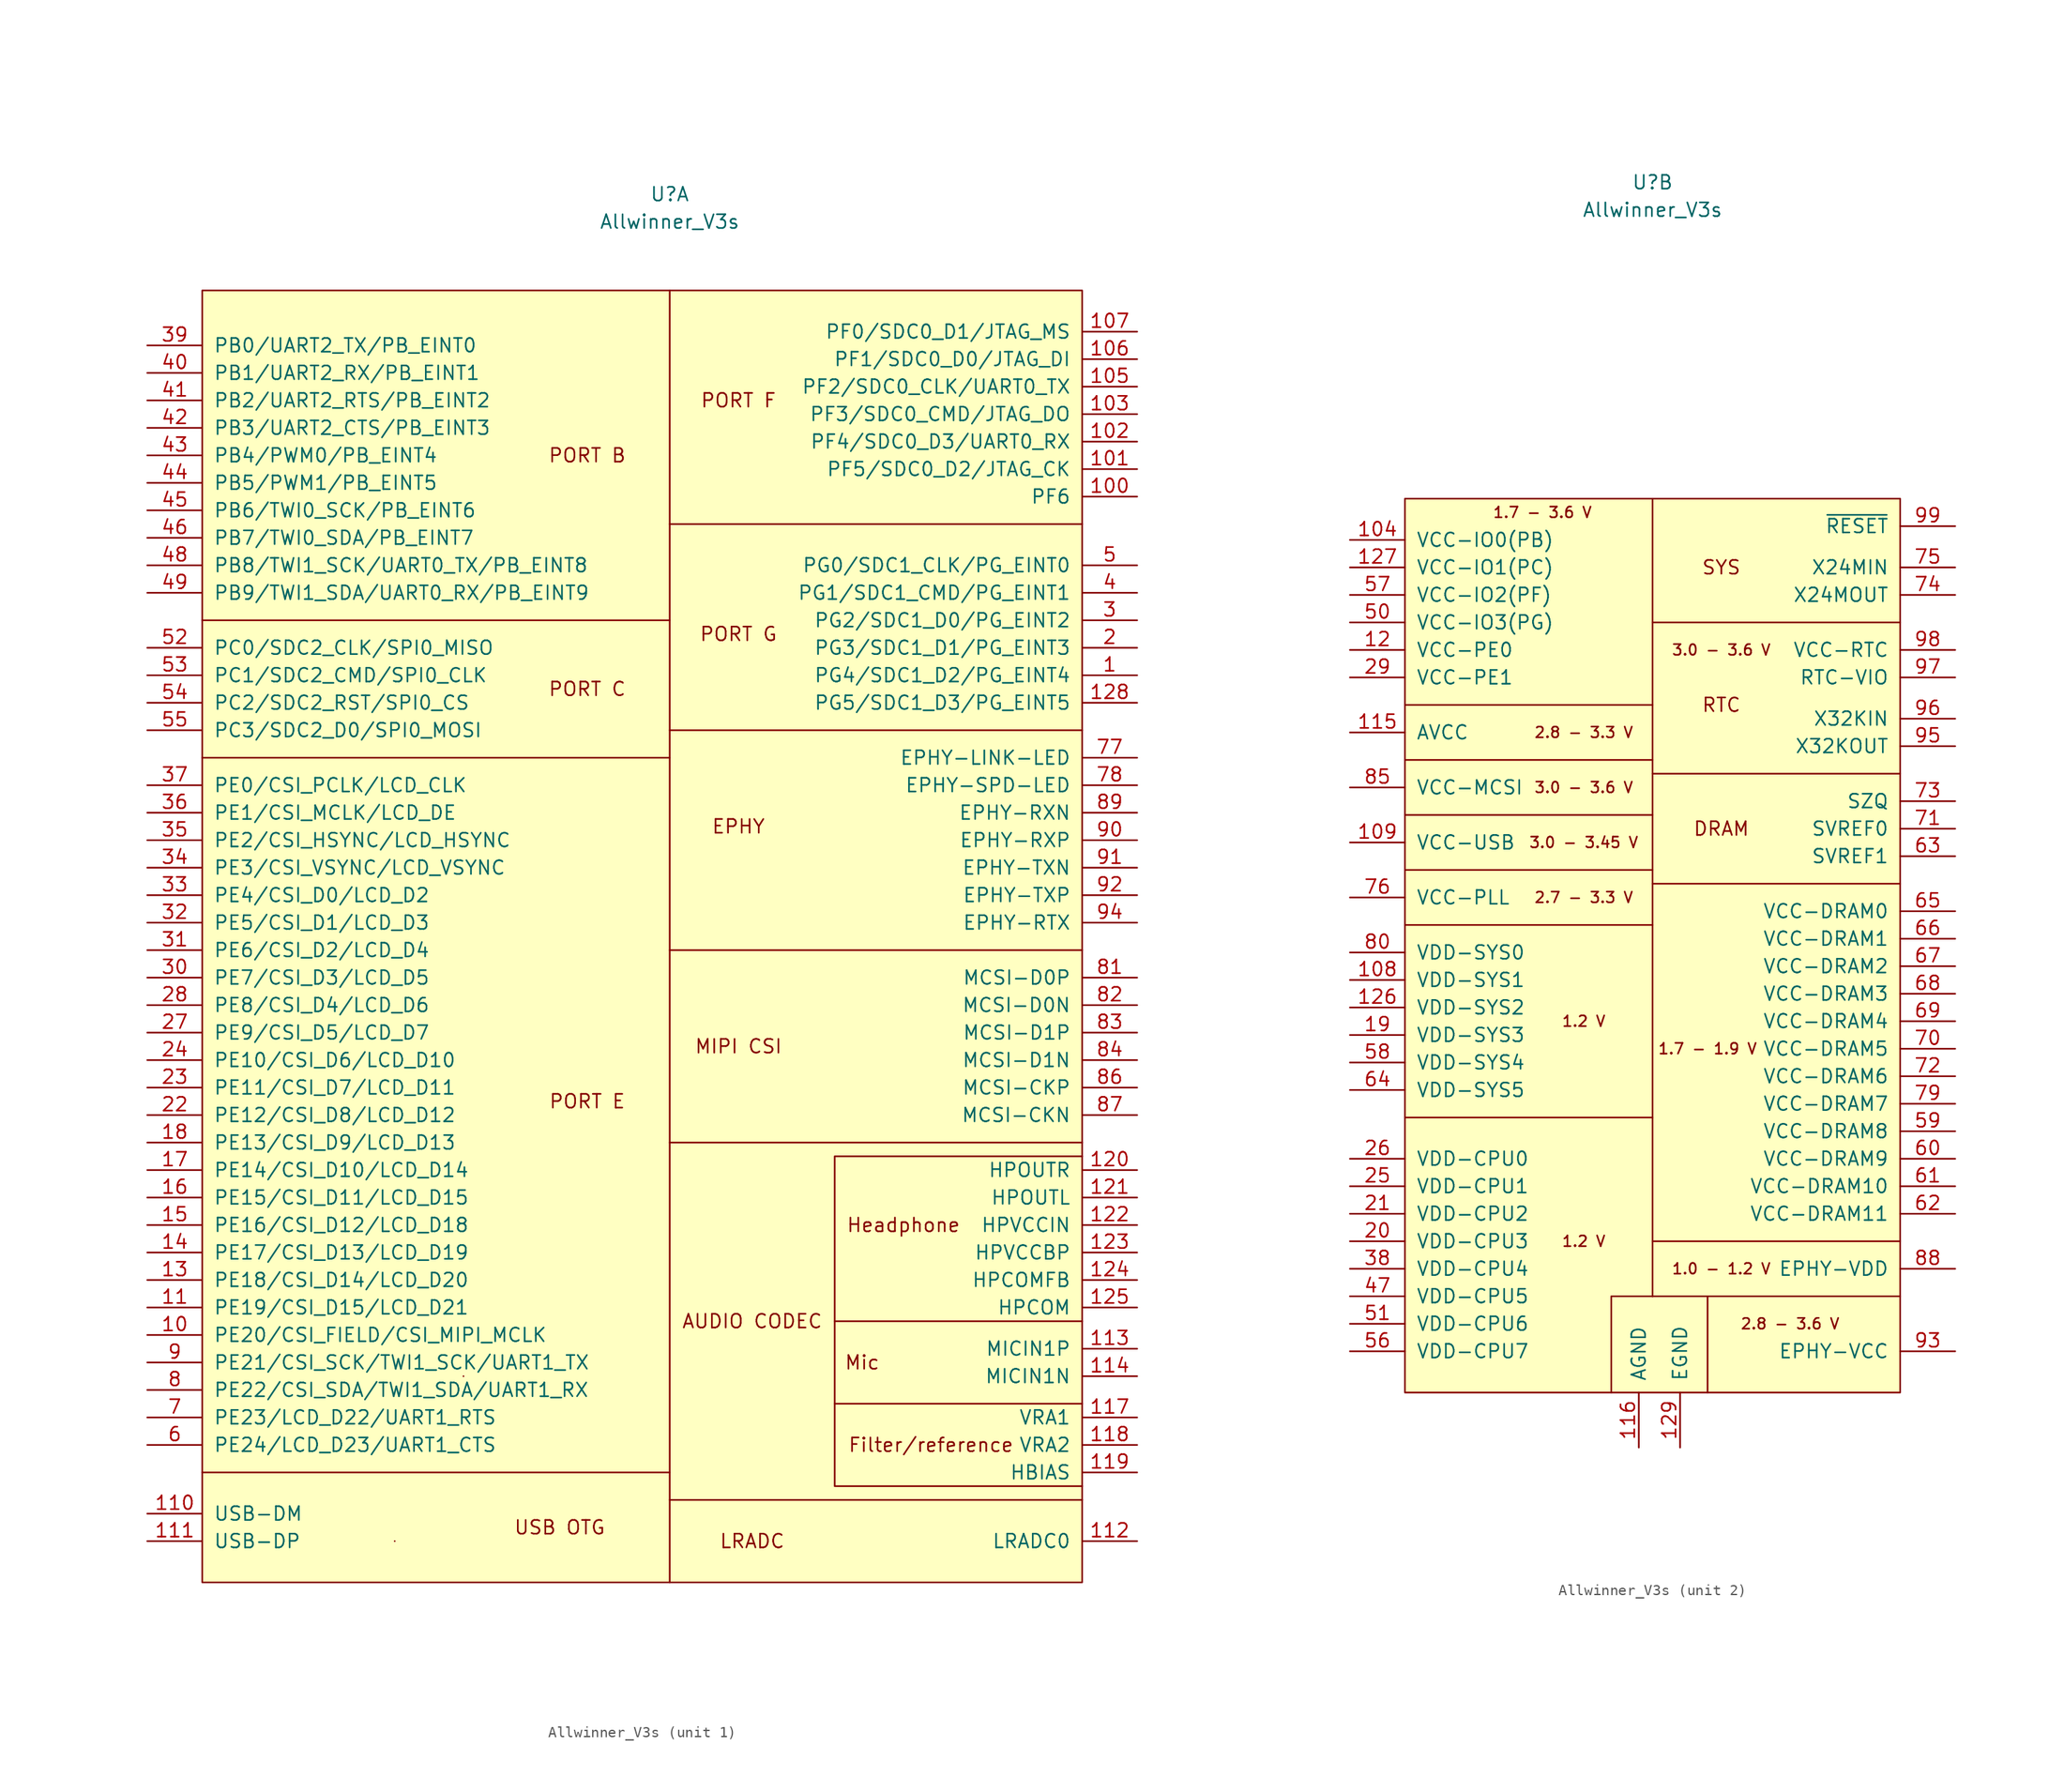
<source format=kicad_sym>
(kicad_symbol_lib
  (version 20241209)
  (generator "kicad_symbol_editor")
  (generator_version "9.0")
  (symbol "Allwinner_V3s"
    (pin_names
      (offset 1.016))
    (property "Reference" "U"
      (at 0 69.85 0)
      (effects (font (size 1.27 1.27))))
    (property "Value" "Allwinner_V3s"
      (at 0 67.31 0)
      (effects (font (size 1.27 1.27))))
    (property "ki_locked" ""
      (at 0 0 0)
      (effects (font (size 1.27 1.27))))
    (symbol "Allwinner_V3s_1_0"
      (polyline (pts (xy 38.1 -19.05) (xy 15.24 -19.05) (xy 15.24 -49.53) (xy 38.1 -49.53)) (stroke (width 0) (type solid)) (fill (type none)))
      (polyline (pts (xy 38.1 -34.29) (xy 15.24 -34.29)) (stroke (width 0) (type solid)) (fill (type none)))
      (polyline (pts (xy 38.1 -41.91) (xy 15.24 -41.91)) (stroke (width 0) (type solid)) (fill (type none))))
    (symbol "Allwinner_V3s_1_1"
      (rectangle (start -43.18 60.96) (end 38.1 -58.42) (stroke (width 0) (type solid)) (fill (type background)))
      (polyline (pts (xy -43.18 30.48) (xy 0 30.48)) (stroke (width 0) (type solid)) (fill (type none)))
      (polyline (pts (xy -43.18 17.78) (xy 0 17.78)) (stroke (width 0) (type solid)) (fill (type none)))
      (polyline (pts (xy -43.18 -48.26) (xy 0 -48.26)) (stroke (width 0) (type solid)) (fill (type none)))
      (rectangle (start -25.4 -54.61) (end -25.4 -54.61) (stroke (width 0) (type solid)) (fill (type none)))
      (rectangle (start -19.05 -39.37) (end -19.05 -39.37) (stroke (width 0) (type solid)) (fill (type none)))
      (polyline (pts (xy 0 -50.8) (xy 38.1 -50.8)) (stroke (width 0) (type solid)) (fill (type none)))
      (polyline (pts (xy 0 -58.42) (xy 0 60.96)) (stroke (width 0) (type solid)) (fill (type none)))
      (polyline (pts (xy 38.1 39.37) (xy 0 39.37)) (stroke (width 0) (type solid)) (fill (type none)))
      (polyline (pts (xy 38.1 20.32) (xy 0 20.32)) (stroke (width 0) (type solid)) (fill (type none)))
      (polyline (pts (xy 38.1 0) (xy 0 0)) (stroke (width 0) (type solid)) (fill (type none)))
      (polyline (pts (xy 38.1 -17.78) (xy 0 -17.78)) (stroke (width 0) (type solid)) (fill (type none)))
      (text "USB OTG" (at -10.16 -53.34 0) (effects (font (size 1.27 1.27))))
      (text "PORT B" (at -7.62 45.72 0) (effects (font (size 1.27 1.27))))
      (text "PORT C" (at -7.62 24.13 0) (effects (font (size 1.27 1.27))))
      (text "PORT E" (at -7.62 -13.97 0) (effects (font (size 1.27 1.27))))
      (text "PORT F" (at 6.35 50.8 0) (effects (font (size 1.27 1.27))))
      (text "PORT G" (at 6.35 29.21 0) (effects (font (size 1.27 1.27))))
      (text "EPHY" (at 6.35 11.43 0) (effects (font (size 1.27 1.27))))
      (text "MIPI CSI" (at 6.35 -8.89 0) (effects (font (size 1.27 1.27))))
      (text "AUDIO CODEC" (at 7.62 -34.29 0) (effects (font (size 1.27 1.27))))
      (text "LRADC" (at 7.62 -54.61 0) (effects (font (size 1.27 1.27))))
      (text "Mic" (at 17.78 -38.1 0) (effects (font (size 1.27 1.27))))
      (text "Headphone" (at 21.59 -25.4 0) (effects (font (size 1.27 1.27))))
      (text "Filter/reference" (at 24.13 -45.72 0) (effects (font (size 1.27 1.27))))
      (pin bidirectional line (at -48.26 55.88 0) (length 5.08) (name "PB0/UART2_TX/PB_EINT0" (effects (font (size 1.27 1.27)))) (number "39" (effects (font (size 1.27 1.27)))))
      (pin bidirectional line (at -48.26 53.34 0) (length 5.08) (name "PB1/UART2_RX/PB_EINT1" (effects (font (size 1.27 1.27)))) (number "40" (effects (font (size 1.27 1.27)))))
      (pin bidirectional line (at -48.26 50.8 0) (length 5.08) (name "PB2/UART2_RTS/PB_EINT2" (effects (font (size 1.27 1.27)))) (number "41" (effects (font (size 1.27 1.27)))))
      (pin bidirectional line (at -48.26 48.26 0) (length 5.08) (name "PB3/UART2_CTS/PB_EINT3" (effects (font (size 1.27 1.27)))) (number "42" (effects (font (size 1.27 1.27)))))
      (pin bidirectional line (at -48.26 45.72 0) (length 5.08) (name "PB4/PWM0/PB_EINT4" (effects (font (size 1.27 1.27)))) (number "43" (effects (font (size 1.27 1.27)))))
      (pin bidirectional line (at -48.26 43.18 0) (length 5.08) (name "PB5/PWM1/PB_EINT5" (effects (font (size 1.27 1.27)))) (number "44" (effects (font (size 1.27 1.27)))))
      (pin bidirectional line (at -48.26 40.64 0) (length 5.08) (name "PB6/TWI0_SCK/PB_EINT6" (effects (font (size 1.27 1.27)))) (number "45" (effects (font (size 1.27 1.27)))))
      (pin bidirectional line (at -48.26 38.1 0) (length 5.08) (name "PB7/TWI0_SDA/PB_EINT7" (effects (font (size 1.27 1.27)))) (number "46" (effects (font (size 1.27 1.27)))))
      (pin bidirectional line (at -48.26 35.56 0) (length 5.08) (name "PB8/TWI1_SCK/UART0_TX/PB_EINT8" (effects (font (size 1.27 1.27)))) (number "48" (effects (font (size 1.27 1.27)))))
      (pin bidirectional line (at -48.26 33.02 0) (length 5.08) (name "PB9/TWI1_SDA/UART0_RX/PB_EINT9" (effects (font (size 1.27 1.27)))) (number "49" (effects (font (size 1.27 1.27)))))
      (pin bidirectional line (at -48.26 27.94 0) (length 5.08) (name "PC0/SDC2_CLK/SPI0_MISO" (effects (font (size 1.27 1.27)))) (number "52" (effects (font (size 1.27 1.27)))))
      (pin bidirectional line (at -48.26 25.4 0) (length 5.08) (name "PC1/SDC2_CMD/SPI0_CLK" (effects (font (size 1.27 1.27)))) (number "53" (effects (font (size 1.27 1.27)))))
      (pin bidirectional line (at -48.26 22.86 0) (length 5.08) (name "PC2/SDC2_RST/SPI0_CS" (effects (font (size 1.27 1.27)))) (number "54" (effects (font (size 1.27 1.27)))))
      (pin bidirectional line (at -48.26 20.32 0) (length 5.08) (name "PC3/SDC2_D0/SPI0_MOSI" (effects (font (size 1.27 1.27)))) (number "55" (effects (font (size 1.27 1.27)))))
      (pin bidirectional line (at -48.26 15.24 0) (length 5.08) (name "PE0/CSI_PCLK/LCD_CLK" (effects (font (size 1.27 1.27)))) (number "37" (effects (font (size 1.27 1.27)))))
      (pin bidirectional line (at -48.26 12.7 0) (length 5.08) (name "PE1/CSI_MCLK/LCD_DE" (effects (font (size 1.27 1.27)))) (number "36" (effects (font (size 1.27 1.27)))))
      (pin bidirectional line (at -48.26 10.16 0) (length 5.08) (name "PE2/CSI_HSYNC/LCD_HSYNC" (effects (font (size 1.27 1.27)))) (number "35" (effects (font (size 1.27 1.27)))))
      (pin bidirectional line (at -48.26 7.62 0) (length 5.08) (name "PE3/CSI_VSYNC/LCD_VSYNC" (effects (font (size 1.27 1.27)))) (number "34" (effects (font (size 1.27 1.27)))))
      (pin bidirectional line (at -48.26 5.08 0) (length 5.08) (name "PE4/CSI_D0/LCD_D2" (effects (font (size 1.27 1.27)))) (number "33" (effects (font (size 1.27 1.27)))))
      (pin bidirectional line (at -48.26 2.54 0) (length 5.08) (name "PE5/CSI_D1/LCD_D3" (effects (font (size 1.27 1.27)))) (number "32" (effects (font (size 1.27 1.27)))))
      (pin bidirectional line (at -48.26 0 0) (length 5.08) (name "PE6/CSI_D2/LCD_D4" (effects (font (size 1.27 1.27)))) (number "31" (effects (font (size 1.27 1.27)))))
      (pin bidirectional line (at -48.26 -2.54 0) (length 5.08) (name "PE7/CSI_D3/LCD_D5" (effects (font (size 1.27 1.27)))) (number "30" (effects (font (size 1.27 1.27)))))
      (pin bidirectional line (at -48.26 -5.08 0) (length 5.08) (name "PE8/CSI_D4/LCD_D6" (effects (font (size 1.27 1.27)))) (number "28" (effects (font (size 1.27 1.27)))))
      (pin bidirectional line (at -48.26 -7.62 0) (length 5.08) (name "PE9/CSI_D5/LCD_D7" (effects (font (size 1.27 1.27)))) (number "27" (effects (font (size 1.27 1.27)))))
      (pin bidirectional line (at -48.26 -10.16 0) (length 5.08) (name "PE10/CSI_D6/LCD_D10" (effects (font (size 1.27 1.27)))) (number "24" (effects (font (size 1.27 1.27)))))
      (pin bidirectional line (at -48.26 -12.7 0) (length 5.08) (name "PE11/CSI_D7/LCD_D11" (effects (font (size 1.27 1.27)))) (number "23" (effects (font (size 1.27 1.27)))))
      (pin bidirectional line (at -48.26 -15.24 0) (length 5.08) (name "PE12/CSI_D8/LCD_D12" (effects (font (size 1.27 1.27)))) (number "22" (effects (font (size 1.27 1.27)))))
      (pin bidirectional line (at -48.26 -17.78 0) (length 5.08) (name "PE13/CSI_D9/LCD_D13" (effects (font (size 1.27 1.27)))) (number "18" (effects (font (size 1.27 1.27)))))
      (pin bidirectional line (at -48.26 -20.32 0) (length 5.08) (name "PE14/CSI_D10/LCD_D14" (effects (font (size 1.27 1.27)))) (number "17" (effects (font (size 1.27 1.27)))))
      (pin bidirectional line (at -48.26 -22.86 0) (length 5.08) (name "PE15/CSI_D11/LCD_D15" (effects (font (size 1.27 1.27)))) (number "16" (effects (font (size 1.27 1.27)))))
      (pin bidirectional line (at -48.26 -25.4 0) (length 5.08) (name "PE16/CSI_D12/LCD_D18" (effects (font (size 1.27 1.27)))) (number "15" (effects (font (size 1.27 1.27)))))
      (pin bidirectional line (at -48.26 -27.94 0) (length 5.08) (name "PE17/CSI_D13/LCD_D19" (effects (font (size 1.27 1.27)))) (number "14" (effects (font (size 1.27 1.27)))))
      (pin bidirectional line (at -48.26 -30.48 0) (length 5.08) (name "PE18/CSI_D14/LCD_D20" (effects (font (size 1.27 1.27)))) (number "13" (effects (font (size 1.27 1.27)))))
      (pin bidirectional line (at -48.26 -33.02 0) (length 5.08) (name "PE19/CSI_D15/LCD_D21" (effects (font (size 1.27 1.27)))) (number "11" (effects (font (size 1.27 1.27)))))
      (pin bidirectional line (at -48.26 -35.56 0) (length 5.08) (name "PE20/CSI_FIELD/CSI_MIPI_MCLK" (effects (font (size 1.27 1.27)))) (number "10" (effects (font (size 1.27 1.27)))))
      (pin bidirectional line (at -48.26 -38.1 0) (length 5.08) (name "PE21/CSI_SCK/TWI1_SCK/UART1_TX" (effects (font (size 1.27 1.27)))) (number "9" (effects (font (size 1.27 1.27)))))
      (pin bidirectional line (at -48.26 -40.64 0) (length 5.08) (name "PE22/CSI_SDA/TWI1_SDA/UART1_RX" (effects (font (size 1.27 1.27)))) (number "8" (effects (font (size 1.27 1.27)))))
      (pin bidirectional line (at -48.26 -43.18 0) (length 5.08) (name "PE23/LCD_D22/UART1_RTS" (effects (font (size 1.27 1.27)))) (number "7" (effects (font (size 1.27 1.27)))))
      (pin bidirectional line (at -48.26 -45.72 0) (length 5.08) (name "PE24/LCD_D23/UART1_CTS" (effects (font (size 1.27 1.27)))) (number "6" (effects (font (size 1.27 1.27)))))
      (pin bidirectional line (at -48.26 -52.07 0) (length 5.08) (name "USB-DM" (effects (font (size 1.27 1.27)))) (number "110" (effects (font (size 1.27 1.27)))))
      (pin bidirectional line (at -48.26 -54.61 0) (length 5.08) (name "USB-DP" (effects (font (size 1.27 1.27)))) (number "111" (effects (font (size 1.27 1.27)))))
      (pin bidirectional line (at 43.18 57.15 180) (length 5.08) (name "PF0/SDC0_D1/JTAG_MS" (effects (font (size 1.27 1.27)))) (number "107" (effects (font (size 1.27 1.27)))))
      (pin bidirectional line (at 43.18 54.61 180) (length 5.08) (name "PF1/SDC0_D0/JTAG_DI" (effects (font (size 1.27 1.27)))) (number "106" (effects (font (size 1.27 1.27)))))
      (pin bidirectional line (at 43.18 52.07 180) (length 5.08) (name "PF2/SDC0_CLK/UART0_TX" (effects (font (size 1.27 1.27)))) (number "105" (effects (font (size 1.27 1.27)))))
      (pin bidirectional line (at 43.18 49.53 180) (length 5.08) (name "PF3/SDC0_CMD/JTAG_DO" (effects (font (size 1.27 1.27)))) (number "103" (effects (font (size 1.27 1.27)))))
      (pin bidirectional line (at 43.18 46.99 180) (length 5.08) (name "PF4/SDC0_D3/UART0_RX" (effects (font (size 1.27 1.27)))) (number "102" (effects (font (size 1.27 1.27)))))
      (pin bidirectional line (at 43.18 44.45 180) (length 5.08) (name "PF5/SDC0_D2/JTAG_CK" (effects (font (size 1.27 1.27)))) (number "101" (effects (font (size 1.27 1.27)))))
      (pin bidirectional line (at 43.18 41.91 180) (length 5.08) (name "PF6" (effects (font (size 1.27 1.27)))) (number "100" (effects (font (size 1.27 1.27)))))
      (pin bidirectional line (at 43.18 35.56 180) (length 5.08) (name "PG0/SDC1_CLK/PG_EINT0" (effects (font (size 1.27 1.27)))) (number "5" (effects (font (size 1.27 1.27)))))
      (pin bidirectional line (at 43.18 33.02 180) (length 5.08) (name "PG1/SDC1_CMD/PG_EINT1" (effects (font (size 1.27 1.27)))) (number "4" (effects (font (size 1.27 1.27)))))
      (pin bidirectional line (at 43.18 30.48 180) (length 5.08) (name "PG2/SDC1_D0/PG_EINT2" (effects (font (size 1.27 1.27)))) (number "3" (effects (font (size 1.27 1.27)))))
      (pin bidirectional line (at 43.18 27.94 180) (length 5.08) (name "PG3/SDC1_D1/PG_EINT3" (effects (font (size 1.27 1.27)))) (number "2" (effects (font (size 1.27 1.27)))))
      (pin bidirectional line (at 43.18 25.4 180) (length 5.08) (name "PG4/SDC1_D2/PG_EINT4" (effects (font (size 1.27 1.27)))) (number "1" (effects (font (size 1.27 1.27)))))
      (pin bidirectional line (at 43.18 22.86 180) (length 5.08) (name "PG5/SDC1_D3/PG_EINT5" (effects (font (size 1.27 1.27)))) (number "128" (effects (font (size 1.27 1.27)))))
      (pin output line (at 43.18 17.78 180) (length 5.08) (name "EPHY-LINK-LED" (effects (font (size 1.27 1.27)))) (number "77" (effects (font (size 1.27 1.27)))))
      (pin output line (at 43.18 15.24 180) (length 5.08) (name "EPHY-SPD-LED" (effects (font (size 1.27 1.27)))) (number "78" (effects (font (size 1.27 1.27)))))
      (pin input line (at 43.18 12.7 180) (length 5.08) (name "EPHY-RXN" (effects (font (size 1.27 1.27)))) (number "89" (effects (font (size 1.27 1.27)))))
      (pin input line (at 43.18 10.16 180) (length 5.08) (name "EPHY-RXP" (effects (font (size 1.27 1.27)))) (number "90" (effects (font (size 1.27 1.27)))))
      (pin output line (at 43.18 7.62 180) (length 5.08) (name "EPHY-TXN" (effects (font (size 1.27 1.27)))) (number "91" (effects (font (size 1.27 1.27)))))
      (pin output line (at 43.18 5.08 180) (length 5.08) (name "EPHY-TXP" (effects (font (size 1.27 1.27)))) (number "92" (effects (font (size 1.27 1.27)))))
      (pin input line (at 43.18 2.54 180) (length 5.08) (name "EPHY-RTX" (effects (font (size 1.27 1.27)))) (number "94" (effects (font (size 1.27 1.27)))))
      (pin input line (at 43.18 -2.54 180) (length 5.08) (name "MCSI-D0P" (effects (font (size 1.27 1.27)))) (number "81" (effects (font (size 1.27 1.27)))))
      (pin input line (at 43.18 -5.08 180) (length 5.08) (name "MCSI-D0N" (effects (font (size 1.27 1.27)))) (number "82" (effects (font (size 1.27 1.27)))))
      (pin input line (at 43.18 -7.62 180) (length 5.08) (name "MCSI-D1P" (effects (font (size 1.27 1.27)))) (number "83" (effects (font (size 1.27 1.27)))))
      (pin input line (at 43.18 -10.16 180) (length 5.08) (name "MCSI-D1N" (effects (font (size 1.27 1.27)))) (number "84" (effects (font (size 1.27 1.27)))))
      (pin input line (at 43.18 -12.7 180) (length 5.08) (name "MCSI-CKP" (effects (font (size 1.27 1.27)))) (number "86" (effects (font (size 1.27 1.27)))))
      (pin input line (at 43.18 -15.24 180) (length 5.08) (name "MCSI-CKN" (effects (font (size 1.27 1.27)))) (number "87" (effects (font (size 1.27 1.27)))))
      (pin output line (at 43.18 -20.32 180) (length 5.08) (name "HPOUTR" (effects (font (size 1.27 1.27)))) (number "120" (effects (font (size 1.27 1.27)))))
      (pin output line (at 43.18 -22.86 180) (length 5.08) (name "HPOUTL" (effects (font (size 1.27 1.27)))) (number "121" (effects (font (size 1.27 1.27)))))
      (pin power_in line (at 43.18 -25.4 180) (length 5.08) (name "HPVCCIN" (effects (font (size 1.27 1.27)))) (number "122" (effects (font (size 1.27 1.27)))))
      (pin input line (at 43.18 -27.94 180) (length 5.08) (name "HPVCCBP" (effects (font (size 1.27 1.27)))) (number "123" (effects (font (size 1.27 1.27)))))
      (pin input line (at 43.18 -30.48 180) (length 5.08) (name "HPCOMFB" (effects (font (size 1.27 1.27)))) (number "124" (effects (font (size 1.27 1.27)))))
      (pin input line (at 43.18 -33.02 180) (length 5.08) (name "HPCOM" (effects (font (size 1.27 1.27)))) (number "125" (effects (font (size 1.27 1.27)))))
      (pin input line (at 43.18 -36.83 180) (length 5.08) (name "MICIN1P" (effects (font (size 1.27 1.27)))) (number "113" (effects (font (size 1.27 1.27)))))
      (pin input line (at 43.18 -39.37 180) (length 5.08) (name "MICIN1N" (effects (font (size 1.27 1.27)))) (number "114" (effects (font (size 1.27 1.27)))))
      (pin input line (at 43.18 -43.18 180) (length 5.08) (name "VRA1" (effects (font (size 1.27 1.27)))) (number "117" (effects (font (size 1.27 1.27)))))
      (pin input line (at 43.18 -45.72 180) (length 5.08) (name "VRA2" (effects (font (size 1.27 1.27)))) (number "118" (effects (font (size 1.27 1.27)))))
      (pin input line (at 43.18 -48.26 180) (length 5.08) (name "HBIAS" (effects (font (size 1.27 1.27)))) (number "119" (effects (font (size 1.27 1.27)))))
      (pin input line (at 43.18 -54.61 180) (length 5.08) (name "LRADC0" (effects (font (size 1.27 1.27)))) (number "112" (effects (font (size 1.27 1.27))))))
    (symbol "Allwinner_V3s_2_0"
      (polyline (pts (xy -22.86 21.59) (xy 0 21.59)) (stroke (width 0) (type solid)) (fill (type none)))
      (polyline (pts (xy -22.86 16.51) (xy 0 16.51)) (stroke (width 0) (type solid)) (fill (type none)))
      (polyline (pts (xy -22.86 11.43) (xy 0 11.43)) (stroke (width 0) (type solid)) (fill (type none)))
      (polyline (pts (xy -22.86 6.35) (xy 0 6.35)) (stroke (width 0) (type solid)) (fill (type none)))
      (polyline (pts (xy -22.86 1.27) (xy 0 1.27)) (stroke (width 0) (type solid)) (fill (type none)))
      (polyline (pts (xy -22.86 -16.51) (xy 0 -16.51)) (stroke (width 0) (type solid)) (fill (type none)))
      (polyline (pts (xy 0 -33.02) (xy 0 40.64)) (stroke (width 0) (type solid)) (fill (type none)))
      (polyline (pts (xy 0 -33.02) (xy -3.81 -33.02) (xy -3.81 -41.91)) (stroke (width 0) (type solid)) (fill (type none)))
      (polyline (pts (xy 5.08 -33.02) (xy 5.08 -41.91)) (stroke (width 0) (type solid)) (fill (type none)))
      (polyline (pts (xy 22.86 5.08) (xy 0 5.08)) (stroke (width 0) (type solid)) (fill (type none)))
      (polyline (pts (xy 22.86 -27.94) (xy 0 -27.94)) (stroke (width 0) (type solid)) (fill (type none)))
      (polyline (pts (xy 22.86 -33.02) (xy 0 -33.02)) (stroke (width 0) (type solid)) (fill (type none))))
    (symbol "Allwinner_V3s_2_1"
      (rectangle (start -22.86 40.64) (end 22.86 -41.91) (stroke (width 0) (type solid)) (fill (type background)))
      (polyline (pts (xy 0 29.21) (xy 22.86 29.21)) (stroke (width 0) (type solid)) (fill (type none)))
      (polyline (pts (xy 0 15.24) (xy 22.86 15.24)) (stroke (width 0) (type solid)) (fill (type none)))
      (text "1.7 - 3.6 V" (at -10.16 39.37 0) (effects (font (size 0.991 0.991))))
      (text "2.8 - 3.3 V" (at -6.35 19.05 0) (effects (font (size 0.991 0.991))))
      (text "3.0 - 3.6 V" (at -6.35 13.97 0) (effects (font (size 0.991 0.991))))
      (text "3.0 - 3.45 V" (at -6.35 8.89 0) (effects (font (size 0.991 0.991))))
      (text "2.7 - 3.3 V" (at -6.35 3.81 0) (effects (font (size 0.991 0.991))))
      (text "1.2 V" (at -6.35 -7.62 0) (effects (font (size 0.991 0.991))))
      (text "1.2 V" (at -6.35 -27.94 0) (effects (font (size 0.991 0.991))))
      (text "1.7 - 1.9 V" (at 5.08 -10.16 0) (effects (font (size 0.991 0.991))))
      (text "SYS" (at 6.35 34.29 0) (effects (font (size 1.27 1.27))))
      (text "3.0 - 3.6 V" (at 6.35 26.67 0) (effects (font (size 0.991 0.991))))
      (text "RTC" (at 6.35 21.59 0) (effects (font (size 1.27 1.27))))
      (text "DRAM" (at 6.35 10.16 0) (effects (font (size 1.27 1.27))))
      (text "1.0 - 1.2 V" (at 6.35 -30.48 0) (effects (font (size 0.991 0.991))))
      (text "2.8 - 3.6 V" (at 12.7 -35.56 0) (effects (font (size 0.991 0.991))))
      (pin power_in line (at -27.94 36.83 0) (length 5.08) (name "VCC-IO0(PB)" (effects (font (size 1.27 1.27)))) (number "104" (effects (font (size 1.27 1.27)))))
      (pin power_in line (at -27.94 34.29 0) (length 5.08) (name "VCC-IO1(PC)" (effects (font (size 1.27 1.27)))) (number "127" (effects (font (size 1.27 1.27)))))
      (pin power_in line (at -27.94 31.75 0) (length 5.08) (name "VCC-IO2(PF)" (effects (font (size 1.27 1.27)))) (number "57" (effects (font (size 1.27 1.27)))))
      (pin power_in line (at -27.94 29.21 0) (length 5.08) (name "VCC-IO3(PG)" (effects (font (size 1.27 1.27)))) (number "50" (effects (font (size 1.27 1.27)))))
      (pin power_in line (at -27.94 26.67 0) (length 5.08) (name "VCC-PE0" (effects (font (size 1.27 1.27)))) (number "12" (effects (font (size 1.27 1.27)))))
      (pin power_in line (at -27.94 24.13 0) (length 5.08) (name "VCC-PE1" (effects (font (size 1.27 1.27)))) (number "29" (effects (font (size 1.27 1.27)))))
      (pin power_in line (at -27.94 19.05 0) (length 5.08) (name "AVCC" (effects (font (size 1.27 1.27)))) (number "115" (effects (font (size 1.27 1.27)))))
      (pin power_in line (at -27.94 13.97 0) (length 5.08) (name "VCC-MCSI" (effects (font (size 1.27 1.27)))) (number "85" (effects (font (size 1.27 1.27)))))
      (pin power_in line (at -27.94 8.89 0) (length 5.08) (name "VCC-USB" (effects (font (size 1.27 1.27)))) (number "109" (effects (font (size 1.27 1.27)))))
      (pin power_in line (at -27.94 3.81 0) (length 5.08) (name "VCC-PLL" (effects (font (size 1.27 1.27)))) (number "76" (effects (font (size 1.27 1.27)))))
      (pin power_in line (at -27.94 -1.27 0) (length 5.08) (name "VDD-SYS0" (effects (font (size 1.27 1.27)))) (number "80" (effects (font (size 1.27 1.27)))))
      (pin power_in line (at -27.94 -3.81 0) (length 5.08) (name "VDD-SYS1" (effects (font (size 1.27 1.27)))) (number "108" (effects (font (size 1.27 1.27)))))
      (pin power_in line (at -27.94 -6.35 0) (length 5.08) (name "VDD-SYS2" (effects (font (size 1.27 1.27)))) (number "126" (effects (font (size 1.27 1.27)))))
      (pin power_in line (at -27.94 -8.89 0) (length 5.08) (name "VDD-SYS3" (effects (font (size 1.27 1.27)))) (number "19" (effects (font (size 1.27 1.27)))))
      (pin power_in line (at -27.94 -11.43 0) (length 5.08) (name "VDD-SYS4" (effects (font (size 1.27 1.27)))) (number "58" (effects (font (size 1.27 1.27)))))
      (pin power_in line (at -27.94 -13.97 0) (length 5.08) (name "VDD-SYS5" (effects (font (size 1.27 1.27)))) (number "64" (effects (font (size 1.27 1.27)))))
      (pin power_in line (at -27.94 -20.32 0) (length 5.08) (name "VDD-CPU0" (effects (font (size 1.27 1.27)))) (number "26" (effects (font (size 1.27 1.27)))))
      (pin power_in line (at -27.94 -22.86 0) (length 5.08) (name "VDD-CPU1" (effects (font (size 1.27 1.27)))) (number "25" (effects (font (size 1.27 1.27)))))
      (pin power_in line (at -27.94 -25.4 0) (length 5.08) (name "VDD-CPU2" (effects (font (size 1.27 1.27)))) (number "21" (effects (font (size 1.27 1.27)))))
      (pin power_in line (at -27.94 -27.94 0) (length 5.08) (name "VDD-CPU3" (effects (font (size 1.27 1.27)))) (number "20" (effects (font (size 1.27 1.27)))))
      (pin power_in line (at -27.94 -30.48 0) (length 5.08) (name "VDD-CPU4" (effects (font (size 1.27 1.27)))) (number "38" (effects (font (size 1.27 1.27)))))
      (pin power_in line (at -27.94 -33.02 0) (length 5.08) (name "VDD-CPU5" (effects (font (size 1.27 1.27)))) (number "47" (effects (font (size 1.27 1.27)))))
      (pin power_in line (at -27.94 -35.56 0) (length 5.08) (name "VDD-CPU6" (effects (font (size 1.27 1.27)))) (number "51" (effects (font (size 1.27 1.27)))))
      (pin power_in line (at -27.94 -38.1 0) (length 5.08) (name "VDD-CPU7" (effects (font (size 1.27 1.27)))) (number "56" (effects (font (size 1.27 1.27)))))
      (pin power_in line (at -1.27 -46.99 90) (length 5.08) (name "AGND" (effects (font (size 1.27 1.27)))) (number "116" (effects (font (size 1.27 1.27)))))
      (pin power_in line (at 2.54 -46.99 90) (length 5.08) (name "EGND" (effects (font (size 1.27 1.27)))) (number "129" (effects (font (size 1.27 1.27)))))
      (pin input line (at 27.94 38.1 180) (length 5.08) (name "~{RESET}" (effects (font (size 1.27 1.27)))) (number "99" (effects (font (size 1.27 1.27)))))
      (pin input line (at 27.94 34.29 180) (length 5.08) (name "X24MIN" (effects (font (size 1.27 1.27)))) (number "75" (effects (font (size 1.27 1.27)))))
      (pin output line (at 27.94 31.75 180) (length 5.08) (name "X24MOUT" (effects (font (size 1.27 1.27)))) (number "74" (effects (font (size 1.27 1.27)))))
      (pin power_in line (at 27.94 26.67 180) (length 5.08) (name "VCC-RTC" (effects (font (size 1.27 1.27)))) (number "98" (effects (font (size 1.27 1.27)))))
      (pin power_out line (at 27.94 24.13 180) (length 5.08) (name "RTC-VIO" (effects (font (size 1.27 1.27)))) (number "97" (effects (font (size 1.27 1.27)))))
      (pin input line (at 27.94 20.32 180) (length 5.08) (name "X32KIN" (effects (font (size 1.27 1.27)))) (number "96" (effects (font (size 1.27 1.27)))))
      (pin output line (at 27.94 17.78 180) (length 5.08) (name "X32KOUT" (effects (font (size 1.27 1.27)))) (number "95" (effects (font (size 1.27 1.27)))))
      (pin input line (at 27.94 12.7 180) (length 5.08) (name "SZQ" (effects (font (size 1.27 1.27)))) (number "73" (effects (font (size 1.27 1.27)))))
      (pin input line (at 27.94 10.16 180) (length 5.08) (name "SVREF0" (effects (font (size 1.27 1.27)))) (number "71" (effects (font (size 1.27 1.27)))))
      (pin input line (at 27.94 7.62 180) (length 5.08) (name "SVREF1" (effects (font (size 1.27 1.27)))) (number "63" (effects (font (size 1.27 1.27)))))
      (pin power_in line (at 27.94 2.54 180) (length 5.08) (name "VCC-DRAM0" (effects (font (size 1.27 1.27)))) (number "65" (effects (font (size 1.27 1.27)))))
      (pin power_in line (at 27.94 0 180) (length 5.08) (name "VCC-DRAM1" (effects (font (size 1.27 1.27)))) (number "66" (effects (font (size 1.27 1.27)))))
      (pin power_in line (at 27.94 -2.54 180) (length 5.08) (name "VCC-DRAM2" (effects (font (size 1.27 1.27)))) (number "67" (effects (font (size 1.27 1.27)))))
      (pin power_in line (at 27.94 -5.08 180) (length 5.08) (name "VCC-DRAM3" (effects (font (size 1.27 1.27)))) (number "68" (effects (font (size 1.27 1.27)))))
      (pin power_in line (at 27.94 -7.62 180) (length 5.08) (name "VCC-DRAM4" (effects (font (size 1.27 1.27)))) (number "69" (effects (font (size 1.27 1.27)))))
      (pin power_in line (at 27.94 -10.16 180) (length 5.08) (name "VCC-DRAM5" (effects (font (size 1.27 1.27)))) (number "70" (effects (font (size 1.27 1.27)))))
      (pin power_in line (at 27.94 -12.7 180) (length 5.08) (name "VCC-DRAM6" (effects (font (size 1.27 1.27)))) (number "72" (effects (font (size 1.27 1.27)))))
      (pin power_in line (at 27.94 -15.24 180) (length 5.08) (name "VCC-DRAM7" (effects (font (size 1.27 1.27)))) (number "79" (effects (font (size 1.27 1.27)))))
      (pin power_in line (at 27.94 -17.78 180) (length 5.08) (name "VCC-DRAM8" (effects (font (size 1.27 1.27)))) (number "59" (effects (font (size 1.27 1.27)))))
      (pin power_in line (at 27.94 -20.32 180) (length 5.08) (name "VCC-DRAM9" (effects (font (size 1.27 1.27)))) (number "60" (effects (font (size 1.27 1.27)))))
      (pin power_in line (at 27.94 -22.86 180) (length 5.08) (name "VCC-DRAM10" (effects (font (size 1.27 1.27)))) (number "61" (effects (font (size 1.27 1.27)))))
      (pin power_in line (at 27.94 -25.4 180) (length 5.08) (name "VCC-DRAM11" (effects (font (size 1.27 1.27)))) (number "62" (effects (font (size 1.27 1.27)))))
      (pin power_in line (at 27.94 -30.48 180) (length 5.08) (name "EPHY-VDD" (effects (font (size 1.27 1.27)))) (number "88" (effects (font (size 1.27 1.27)))))
      (pin power_in line (at 27.94 -38.1 180) (length 5.08) (name "EPHY-VCC" (effects (font (size 1.27 1.27)))) (number "93" (effects (font (size 1.27 1.27))))))))
</source>
